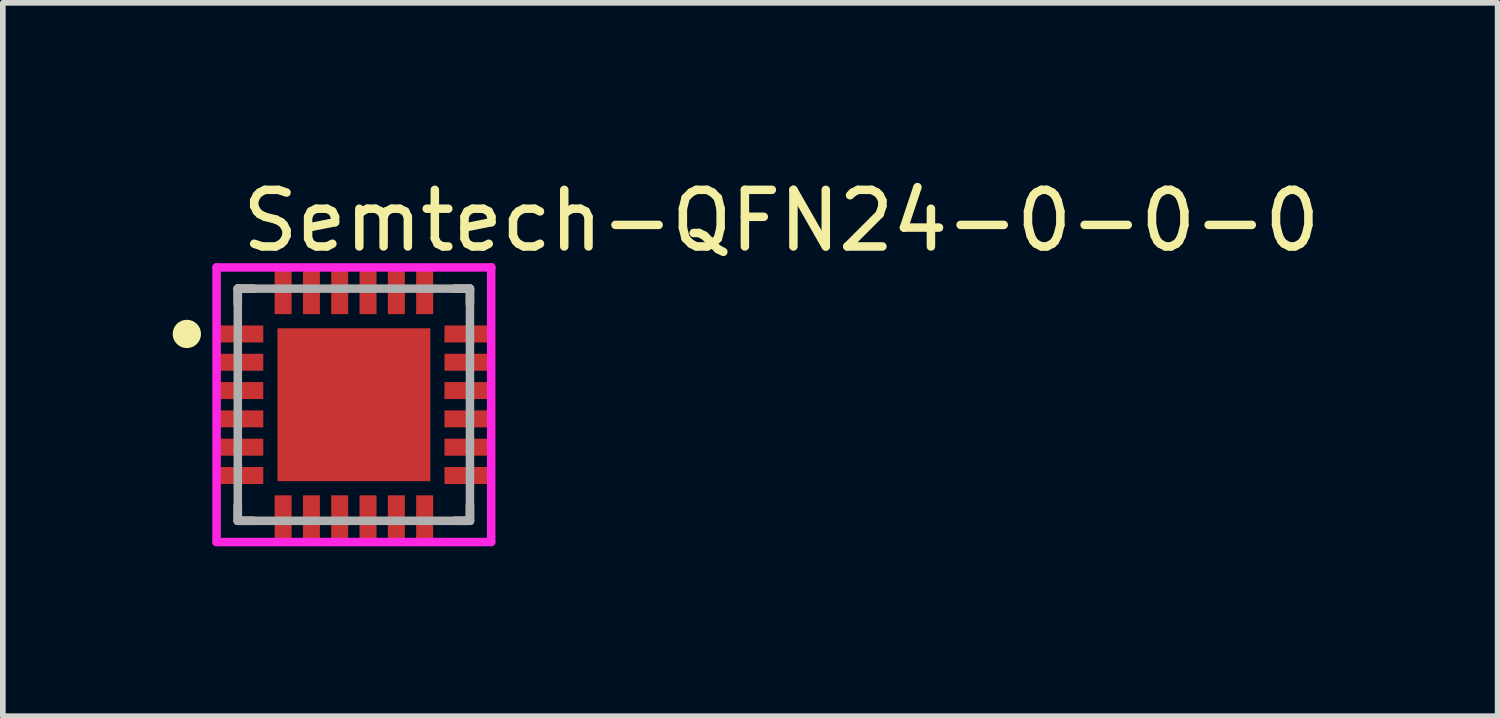
<source format=kicad_pcb>
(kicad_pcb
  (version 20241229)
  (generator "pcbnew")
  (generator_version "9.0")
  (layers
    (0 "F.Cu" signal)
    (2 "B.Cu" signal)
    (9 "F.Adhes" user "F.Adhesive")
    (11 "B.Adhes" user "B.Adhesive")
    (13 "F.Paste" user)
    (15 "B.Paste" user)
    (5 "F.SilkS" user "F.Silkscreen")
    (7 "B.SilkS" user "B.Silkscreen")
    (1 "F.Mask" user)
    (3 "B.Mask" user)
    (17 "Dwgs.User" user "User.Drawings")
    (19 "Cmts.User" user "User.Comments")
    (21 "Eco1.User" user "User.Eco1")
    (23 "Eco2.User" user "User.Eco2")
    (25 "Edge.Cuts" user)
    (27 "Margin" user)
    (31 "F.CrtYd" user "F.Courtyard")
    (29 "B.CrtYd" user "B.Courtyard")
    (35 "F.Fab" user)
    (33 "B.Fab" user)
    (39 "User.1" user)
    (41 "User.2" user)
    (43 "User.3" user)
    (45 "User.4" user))
  (footprint "Semtech-QFN24-0-0-0"
    (layer "F.Cu")
    (at 3.2 4.098)
    (property "Reference" "Semtech-QFN24-0-0-0" (at -2.05 -3.25 0) (layer "F.SilkS") (effects (font (size 1 1) (thickness 0.15)) (justify left)))
    (attr through_hole)
    (fp_line (start -2.05 -2.05) (end -1.775 -2.05) (stroke (width 0.15) (type solid)) (layer "F.SilkS"))
    (fp_line (start -2.05 -1.775) (end -2.05 -2.05) (stroke (width 0.15) (type solid)) (layer "F.SilkS"))
    (fp_line (start -2.05 2.05) (end -2.05 1.775) (stroke (width 0.15) (type solid)) (layer "F.SilkS"))
    (fp_line (start -2.05 2.05) (end -1.775 2.05) (stroke (width 0.15) (type solid)) (layer "F.SilkS"))
    (fp_line (start 1.775 -2.05) (end 2.05 -2.05) (stroke (width 0.15) (type solid)) (layer "F.SilkS"))
    (fp_line (start 1.775 2.05) (end 2.05 2.05) (stroke (width 0.15) (type solid)) (layer "F.SilkS"))
    (fp_line (start 2.05 -1.775) (end 2.05 -2.05) (stroke (width 0.15) (type solid)) (layer "F.SilkS"))
    (fp_line (start 2.05 2.05) (end 2.05 1.775) (stroke (width 0.15) (type solid)) (layer "F.SilkS"))
    (fp_circle (center -2.95 -1.25) (end -2.825 -1.25) (stroke (width 0.25) (type solid)) (fill no) (layer "F.SilkS"))
    (fp_line (start -2.425 -2.425) (end -2.425 2.425) (stroke (width 0.15) (type solid)) (layer "F.CrtYd"))
    (fp_line (start -2.425 2.425) (end 2.425 2.425) (stroke (width 0.15) (type solid)) (layer "F.CrtYd"))
    (fp_line (start 2.425 -2.425) (end -2.425 -2.425) (stroke (width 0.15) (type solid)) (layer "F.CrtYd"))
    (fp_line (start 2.425 -2.425) (end 2.425 -2.425) (stroke (width 0.15) (type solid)) (layer "F.CrtYd"))
    (fp_line (start 2.425 2.425) (end 2.425 -2.425) (stroke (width 0.15) (type solid)) (layer "F.CrtYd"))
    (fp_line (start -2.05 -2.05) (end 2.05 -2.05) (stroke (width 0.15) (type solid)) (layer "F.Fab"))
    (fp_line (start -2.05 2.05) (end -2.05 -2.05) (stroke (width 0.15) (type solid)) (layer "F.Fab"))
    (fp_line (start 2.05 -2.05) (end 2.05 2.05) (stroke (width 0.15) (type solid)) (layer "F.Fab"))
    (fp_line (start 2.05 2.05) (end -2.05 2.05) (stroke (width 0.15) (type solid)) (layer "F.Fab"))
    (pad "1" smd rect (at -2 -1.25) (size 0.8 0.3) (layers "F.Cu" "F.Mask" "F.Paste"))
    (pad "2" smd rect (at -2 -0.75) (size 0.8 0.3) (layers "F.Cu" "F.Mask" "F.Paste"))
    (pad "3" smd rect (at -2 -0.25) (size 0.8 0.3) (layers "F.Cu" "F.Mask" "F.Paste"))
    (pad "4" smd rect (at -2 0.25) (size 0.8 0.3) (layers "F.Cu" "F.Mask" "F.Paste"))
    (pad "5" smd rect (at -2 0.75) (size 0.8 0.3) (layers "F.Cu" "F.Mask" "F.Paste"))
    (pad "6" smd rect (at -2 1.25) (size 0.8 0.3) (layers "F.Cu" "F.Mask" "F.Paste"))
    (pad "7" smd rect (at -1.25 2) (size 0.3 0.8) (layers "F.Cu" "F.Mask" "F.Paste"))
    (pad "8" smd rect (at -0.75 2) (size 0.3 0.8) (layers "F.Cu" "F.Mask" "F.Paste"))
    (pad "9" smd rect (at -0.25 2) (size 0.3 0.8) (layers "F.Cu" "F.Mask" "F.Paste"))
    (pad "10" smd rect (at 0.25 2) (size 0.3 0.8) (layers "F.Cu" "F.Mask" "F.Paste"))
    (pad "11" smd rect (at 0.75 2) (size 0.3 0.8) (layers "F.Cu" "F.Mask" "F.Paste"))
    (pad "12" smd rect (at 1.25 2) (size 0.3 0.8) (layers "F.Cu" "F.Mask" "F.Paste"))
    (pad "13" smd rect (at 2 1.25) (size 0.8 0.3) (layers "F.Cu" "F.Mask" "F.Paste"))
    (pad "14" smd rect (at 2 0.75) (size 0.8 0.3) (layers "F.Cu" "F.Mask" "F.Paste"))
    (pad "15" smd rect (at 2 0.25) (size 0.8 0.3) (layers "F.Cu" "F.Mask" "F.Paste"))
    (pad "16" smd rect (at 2 -0.25) (size 0.8 0.3) (layers "F.Cu" "F.Mask" "F.Paste"))
    (pad "17" smd rect (at 2 -0.75) (size 0.8 0.3) (layers "F.Cu" "F.Mask" "F.Paste"))
    (pad "18" smd rect (at 2 -1.25) (size 0.8 0.3) (layers "F.Cu" "F.Mask" "F.Paste"))
    (pad "19" smd rect (at 1.25 -2) (size 0.3 0.8) (layers "F.Cu" "F.Mask" "F.Paste"))
    (pad "20" smd rect (at 0.75 -2) (size 0.3 0.8) (layers "F.Cu" "F.Mask" "F.Paste"))
    (pad "21" smd rect (at 0.25 -2) (size 0.3 0.8) (layers "F.Cu" "F.Mask" "F.Paste"))
    (pad "22" smd rect (at -0.25 -2) (size 0.3 0.8) (layers "F.Cu" "F.Mask" "F.Paste"))
    (pad "23" smd rect (at -0.75 -2) (size 0.3 0.8) (layers "F.Cu" "F.Mask" "F.Paste"))
    (pad "24" smd rect (at -1.25 -2) (size 0.3 0.8) (layers "F.Cu" "F.Mask" "F.Paste"))
    (pad "25" smd rect (at 0 0) (size 2.7 2.7) (layers "F.Cu" "F.Mask" "F.Paste")))
  (gr_rect
    (start -3 -3)
    (end 23.4 9.598)
    (stroke (width 0.1) (type default))
    (fill no)
    (layer "Edge.Cuts")))
</source>
